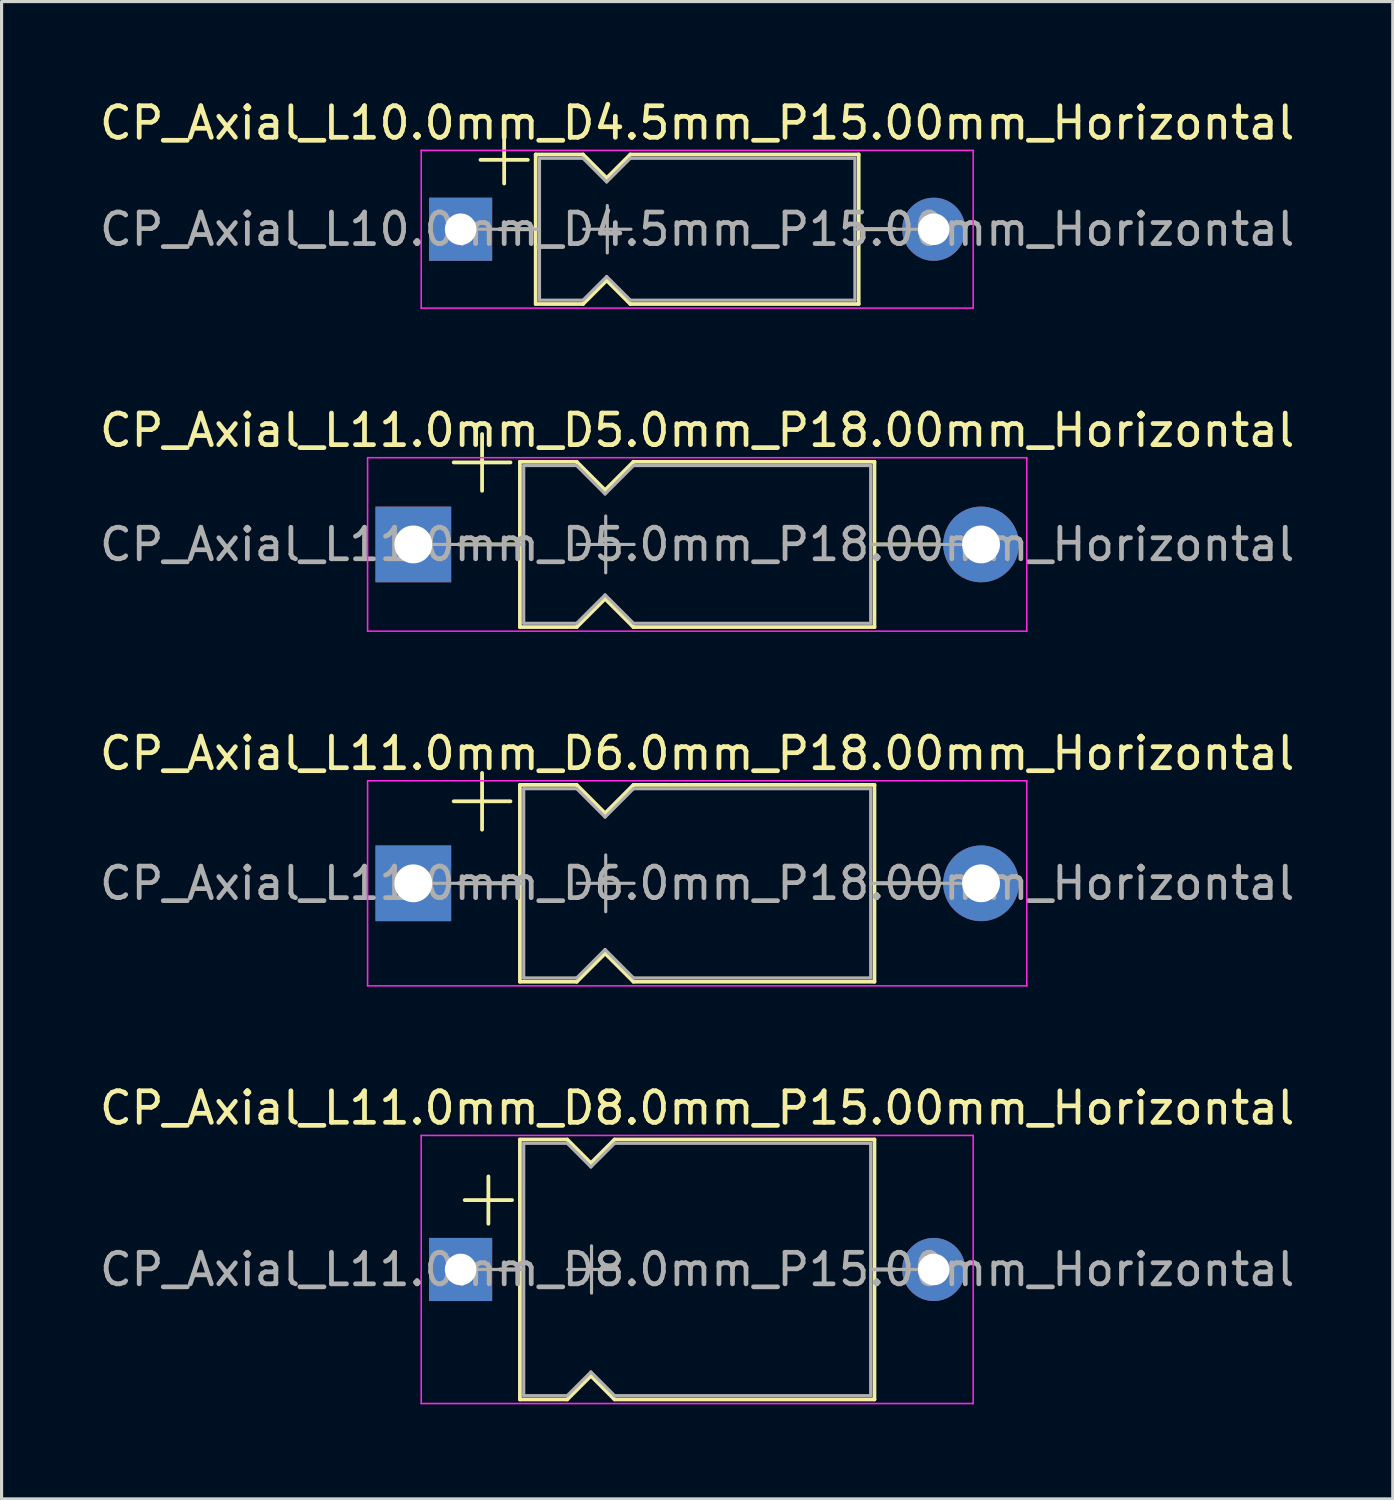
<source format=kicad_pcb>
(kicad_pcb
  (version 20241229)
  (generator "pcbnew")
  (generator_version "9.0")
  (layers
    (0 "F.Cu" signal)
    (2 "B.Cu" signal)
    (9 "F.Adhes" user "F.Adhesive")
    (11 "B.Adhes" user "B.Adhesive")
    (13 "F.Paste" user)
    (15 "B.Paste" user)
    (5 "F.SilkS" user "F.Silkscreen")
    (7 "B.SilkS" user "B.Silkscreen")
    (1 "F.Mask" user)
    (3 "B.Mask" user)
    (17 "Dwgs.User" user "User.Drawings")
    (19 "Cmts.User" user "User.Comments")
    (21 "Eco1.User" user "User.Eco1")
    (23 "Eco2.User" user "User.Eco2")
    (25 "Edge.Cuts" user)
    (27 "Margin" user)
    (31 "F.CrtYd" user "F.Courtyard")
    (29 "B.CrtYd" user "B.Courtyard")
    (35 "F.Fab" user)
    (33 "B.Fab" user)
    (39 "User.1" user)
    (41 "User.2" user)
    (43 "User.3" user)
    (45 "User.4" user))
  (footprint "CP_Axial_L11.0mm_D6.0mm_P18.00mm_Horizontal"
    (layer "F.Cu")
    (at 10.054 24.955)
    (property "Reference" "CP_Axial_L11.0mm_D6.0mm_P18.00mm_Horizontal" (at 9 -4.12 0) (layer "F.SilkS") (effects (font (size 1 1) (thickness 0.15))))
    (attr through_hole)
    (fp_line (start 1.28 -2.6) (end 3.08 -2.6) (stroke (width 0.12) (type solid)) (layer "F.SilkS"))
    (fp_line (start 1.44 0) (end 3.38 0) (stroke (width 0.12) (type solid)) (layer "F.SilkS"))
    (fp_line (start 2.18 -3.5) (end 2.18 -1.7) (stroke (width 0.12) (type solid)) (layer "F.SilkS"))
    (fp_line (start 3.38 -3.12) (end 3.38 3.12) (stroke (width 0.12) (type solid)) (layer "F.SilkS"))
    (fp_line (start 3.38 -3.12) (end 5.18 -3.12) (stroke (width 0.12) (type solid)) (layer "F.SilkS"))
    (fp_line (start 3.38 3.12) (end 5.18 3.12) (stroke (width 0.12) (type solid)) (layer "F.SilkS"))
    (fp_line (start 5.18 -3.12) (end 6.08 -2.22) (stroke (width 0.12) (type solid)) (layer "F.SilkS"))
    (fp_line (start 5.18 3.12) (end 6.08 2.22) (stroke (width 0.12) (type solid)) (layer "F.SilkS"))
    (fp_line (start 6.08 -2.22) (end 6.98 -3.12) (stroke (width 0.12) (type solid)) (layer "F.SilkS"))
    (fp_line (start 6.08 2.22) (end 6.98 3.12) (stroke (width 0.12) (type solid)) (layer "F.SilkS"))
    (fp_line (start 6.98 -3.12) (end 14.62 -3.12) (stroke (width 0.12) (type solid)) (layer "F.SilkS"))
    (fp_line (start 6.98 3.12) (end 14.62 3.12) (stroke (width 0.12) (type solid)) (layer "F.SilkS"))
    (fp_line (start 14.62 -3.12) (end 14.62 3.12) (stroke (width 0.12) (type solid)) (layer "F.SilkS"))
    (fp_line (start 16.56 0) (end 14.62 0) (stroke (width 0.12) (type solid)) (layer "F.SilkS"))
    (fp_line (start -1.45 -3.25) (end -1.45 3.25) (stroke (width 0.05) (type solid)) (layer "F.CrtYd"))
    (fp_line (start -1.45 3.25) (end 19.45 3.25) (stroke (width 0.05) (type solid)) (layer "F.CrtYd"))
    (fp_line (start 19.45 -3.25) (end -1.45 -3.25) (stroke (width 0.05) (type solid)) (layer "F.CrtYd"))
    (fp_line (start 19.45 3.25) (end 19.45 -3.25) (stroke (width 0.05) (type solid)) (layer "F.CrtYd"))
    (fp_line (start 0 0) (end 3.5 0) (stroke (width 0.1) (type solid)) (layer "F.Fab"))
    (fp_line (start 3.5 -3) (end 3.5 3) (stroke (width 0.1) (type solid)) (layer "F.Fab"))
    (fp_line (start 3.5 -3) (end 5.18 -3) (stroke (width 0.1) (type solid)) (layer "F.Fab"))
    (fp_line (start 3.5 3) (end 5.18 3) (stroke (width 0.1) (type solid)) (layer "F.Fab"))
    (fp_line (start 5.18 -3) (end 6.08 -2.1) (stroke (width 0.1) (type solid)) (layer "F.Fab"))
    (fp_line (start 5.18 3) (end 6.08 2.1) (stroke (width 0.1) (type solid)) (layer "F.Fab"))
    (fp_line (start 5.2 0) (end 7 0) (stroke (width 0.1) (type solid)) (layer "F.Fab"))
    (fp_line (start 6.08 -2.1) (end 6.98 -3) (stroke (width 0.1) (type solid)) (layer "F.Fab"))
    (fp_line (start 6.08 2.1) (end 6.98 3) (stroke (width 0.1) (type solid)) (layer "F.Fab"))
    (fp_line (start 6.1 -0.9) (end 6.1 0.9) (stroke (width 0.1) (type solid)) (layer "F.Fab"))
    (fp_line (start 6.98 -3) (end 14.5 -3) (stroke (width 0.1) (type solid)) (layer "F.Fab"))
    (fp_line (start 6.98 3) (end 14.5 3) (stroke (width 0.1) (type solid)) (layer "F.Fab"))
    (fp_line (start 14.5 -3) (end 14.5 3) (stroke (width 0.1) (type solid)) (layer "F.Fab"))
    (fp_line (start 18 0) (end 14.5 0) (stroke (width 0.1) (type solid)) (layer "F.Fab"))
    (fp_text user "${REFERENCE}" (at 9 0 0) (layer "F.Fab") (effects (font (size 1 1) (thickness 0.15))))
    (pad "1" thru_hole rect (at 0 0) (size 2.4 2.4) (drill 1.2) (layers "*.Cu" "*.Mask"))
    (pad "2" thru_hole oval (at 18 0) (size 2.4 2.4) (drill 1.2) (layers "*.Cu" "*.Mask")))
  (footprint "CP_Axial_L11.0mm_D5.0mm_P18.00mm_Horizontal"
    (layer "F.Cu")
    (at 10.054 14.211)
    (property "Reference" "CP_Axial_L11.0mm_D5.0mm_P18.00mm_Horizontal" (at 9 -3.62 0) (layer "F.SilkS") (effects (font (size 1 1) (thickness 0.15))))
    (attr through_hole)
    (fp_line (start 1.28 -2.6) (end 3.08 -2.6) (stroke (width 0.12) (type solid)) (layer "F.SilkS"))
    (fp_line (start 1.44 0) (end 3.38 0) (stroke (width 0.12) (type solid)) (layer "F.SilkS"))
    (fp_line (start 2.18 -3.5) (end 2.18 -1.7) (stroke (width 0.12) (type solid)) (layer "F.SilkS"))
    (fp_line (start 3.38 -2.62) (end 3.38 2.62) (stroke (width 0.12) (type solid)) (layer "F.SilkS"))
    (fp_line (start 3.38 -2.62) (end 5.18 -2.62) (stroke (width 0.12) (type solid)) (layer "F.SilkS"))
    (fp_line (start 3.38 2.62) (end 5.18 2.62) (stroke (width 0.12) (type solid)) (layer "F.SilkS"))
    (fp_line (start 5.18 -2.62) (end 6.08 -1.72) (stroke (width 0.12) (type solid)) (layer "F.SilkS"))
    (fp_line (start 5.18 2.62) (end 6.08 1.72) (stroke (width 0.12) (type solid)) (layer "F.SilkS"))
    (fp_line (start 6.08 -1.72) (end 6.98 -2.62) (stroke (width 0.12) (type solid)) (layer "F.SilkS"))
    (fp_line (start 6.08 1.72) (end 6.98 2.62) (stroke (width 0.12) (type solid)) (layer "F.SilkS"))
    (fp_line (start 6.98 -2.62) (end 14.62 -2.62) (stroke (width 0.12) (type solid)) (layer "F.SilkS"))
    (fp_line (start 6.98 2.62) (end 14.62 2.62) (stroke (width 0.12) (type solid)) (layer "F.SilkS"))
    (fp_line (start 14.62 -2.62) (end 14.62 2.62) (stroke (width 0.12) (type solid)) (layer "F.SilkS"))
    (fp_line (start 16.56 0) (end 14.62 0) (stroke (width 0.12) (type solid)) (layer "F.SilkS"))
    (fp_line (start -1.45 -2.75) (end -1.45 2.75) (stroke (width 0.05) (type solid)) (layer "F.CrtYd"))
    (fp_line (start -1.45 2.75) (end 19.45 2.75) (stroke (width 0.05) (type solid)) (layer "F.CrtYd"))
    (fp_line (start 19.45 -2.75) (end -1.45 -2.75) (stroke (width 0.05) (type solid)) (layer "F.CrtYd"))
    (fp_line (start 19.45 2.75) (end 19.45 -2.75) (stroke (width 0.05) (type solid)) (layer "F.CrtYd"))
    (fp_line (start 0 0) (end 3.5 0) (stroke (width 0.1) (type solid)) (layer "F.Fab"))
    (fp_line (start 3.5 -2.5) (end 3.5 2.5) (stroke (width 0.1) (type solid)) (layer "F.Fab"))
    (fp_line (start 3.5 -2.5) (end 5.18 -2.5) (stroke (width 0.1) (type solid)) (layer "F.Fab"))
    (fp_line (start 3.5 2.5) (end 5.18 2.5) (stroke (width 0.1) (type solid)) (layer "F.Fab"))
    (fp_line (start 5.18 -2.5) (end 6.08 -1.6) (stroke (width 0.1) (type solid)) (layer "F.Fab"))
    (fp_line (start 5.18 2.5) (end 6.08 1.6) (stroke (width 0.1) (type solid)) (layer "F.Fab"))
    (fp_line (start 5.2 0) (end 7 0) (stroke (width 0.1) (type solid)) (layer "F.Fab"))
    (fp_line (start 6.08 -1.6) (end 6.98 -2.5) (stroke (width 0.1) (type solid)) (layer "F.Fab"))
    (fp_line (start 6.08 1.6) (end 6.98 2.5) (stroke (width 0.1) (type solid)) (layer "F.Fab"))
    (fp_line (start 6.1 -0.9) (end 6.1 0.9) (stroke (width 0.1) (type solid)) (layer "F.Fab"))
    (fp_line (start 6.98 -2.5) (end 14.5 -2.5) (stroke (width 0.1) (type solid)) (layer "F.Fab"))
    (fp_line (start 6.98 2.5) (end 14.5 2.5) (stroke (width 0.1) (type solid)) (layer "F.Fab"))
    (fp_line (start 14.5 -2.5) (end 14.5 2.5) (stroke (width 0.1) (type solid)) (layer "F.Fab"))
    (fp_line (start 18 0) (end 14.5 0) (stroke (width 0.1) (type solid)) (layer "F.Fab"))
    (fp_text user "${REFERENCE}" (at 9 0 0) (layer "F.Fab") (effects (font (size 1 1) (thickness 0.15))))
    (pad "1" thru_hole rect (at 0 0) (size 2.4 2.4) (drill 1.2) (layers "*.Cu" "*.Mask"))
    (pad "2" thru_hole oval (at 18 0) (size 2.4 2.4) (drill 1.2) (layers "*.Cu" "*.Mask")))
  (footprint "CP_Axial_L11.0mm_D8.0mm_P15.00mm_Horizontal"
    (layer "F.Cu")
    (at 11.554 37.198)
    (property "Reference" "CP_Axial_L11.0mm_D8.0mm_P15.00mm_Horizontal" (at 7.5 -5.12 0) (layer "F.SilkS") (effects (font (size 1 1) (thickness 0.15))))
    (attr through_hole)
    (fp_line (start 0.13 -2.2) (end 1.63 -2.2) (stroke (width 0.12) (type solid)) (layer "F.SilkS"))
    (fp_line (start 0.88 -2.95) (end 0.88 -1.45) (stroke (width 0.12) (type solid)) (layer "F.SilkS"))
    (fp_line (start 1.24 0) (end 1.88 0) (stroke (width 0.12) (type solid)) (layer "F.SilkS"))
    (fp_line (start 1.88 -4.12) (end 1.88 4.12) (stroke (width 0.12) (type solid)) (layer "F.SilkS"))
    (fp_line (start 1.88 -4.12) (end 3.38 -4.12) (stroke (width 0.12) (type solid)) (layer "F.SilkS"))
    (fp_line (start 1.88 4.12) (end 3.38 4.12) (stroke (width 0.12) (type solid)) (layer "F.SilkS"))
    (fp_line (start 3.38 -4.12) (end 4.13 -3.37) (stroke (width 0.12) (type solid)) (layer "F.SilkS"))
    (fp_line (start 3.38 4.12) (end 4.13 3.37) (stroke (width 0.12) (type solid)) (layer "F.SilkS"))
    (fp_line (start 4.13 -3.37) (end 4.88 -4.12) (stroke (width 0.12) (type solid)) (layer "F.SilkS"))
    (fp_line (start 4.13 3.37) (end 4.88 4.12) (stroke (width 0.12) (type solid)) (layer "F.SilkS"))
    (fp_line (start 4.88 -4.12) (end 13.12 -4.12) (stroke (width 0.12) (type solid)) (layer "F.SilkS"))
    (fp_line (start 4.88 4.12) (end 13.12 4.12) (stroke (width 0.12) (type solid)) (layer "F.SilkS"))
    (fp_line (start 13.12 -4.12) (end 13.12 4.12) (stroke (width 0.12) (type solid)) (layer "F.SilkS"))
    (fp_line (start 13.76 0) (end 13.12 0) (stroke (width 0.12) (type solid)) (layer "F.SilkS"))
    (fp_line (start -1.25 -4.25) (end -1.25 4.25) (stroke (width 0.05) (type solid)) (layer "F.CrtYd"))
    (fp_line (start -1.25 4.25) (end 16.25 4.25) (stroke (width 0.05) (type solid)) (layer "F.CrtYd"))
    (fp_line (start 16.25 -4.25) (end -1.25 -4.25) (stroke (width 0.05) (type solid)) (layer "F.CrtYd"))
    (fp_line (start 16.25 4.25) (end 16.25 -4.25) (stroke (width 0.05) (type solid)) (layer "F.CrtYd"))
    (fp_line (start 0 0) (end 2 0) (stroke (width 0.1) (type solid)) (layer "F.Fab"))
    (fp_line (start 2 -4) (end 2 4) (stroke (width 0.1) (type solid)) (layer "F.Fab"))
    (fp_line (start 2 -4) (end 3.38 -4) (stroke (width 0.1) (type solid)) (layer "F.Fab"))
    (fp_line (start 2 4) (end 3.38 4) (stroke (width 0.1) (type solid)) (layer "F.Fab"))
    (fp_line (start 3.38 -4) (end 4.13 -3.25) (stroke (width 0.1) (type solid)) (layer "F.Fab"))
    (fp_line (start 3.38 4) (end 4.13 3.25) (stroke (width 0.1) (type solid)) (layer "F.Fab"))
    (fp_line (start 3.4 0) (end 4.9 0) (stroke (width 0.1) (type solid)) (layer "F.Fab"))
    (fp_line (start 4.13 -3.25) (end 4.88 -4) (stroke (width 0.1) (type solid)) (layer "F.Fab"))
    (fp_line (start 4.13 3.25) (end 4.88 4) (stroke (width 0.1) (type solid)) (layer "F.Fab"))
    (fp_line (start 4.15 -0.75) (end 4.15 0.75) (stroke (width 0.1) (type solid)) (layer "F.Fab"))
    (fp_line (start 4.88 -4) (end 13 -4) (stroke (width 0.1) (type solid)) (layer "F.Fab"))
    (fp_line (start 4.88 4) (end 13 4) (stroke (width 0.1) (type solid)) (layer "F.Fab"))
    (fp_line (start 13 -4) (end 13 4) (stroke (width 0.1) (type solid)) (layer "F.Fab"))
    (fp_line (start 15 0) (end 13 0) (stroke (width 0.1) (type solid)) (layer "F.Fab"))
    (fp_text user "${REFERENCE}" (at 7.5 0 0) (layer "F.Fab") (effects (font (size 1 1) (thickness 0.15))))
    (pad "1" thru_hole rect (at 0 0) (size 2 2) (drill 1) (layers "*.Cu" "*.Mask"))
    (pad "2" thru_hole oval (at 15 0) (size 2 2) (drill 1) (layers "*.Cu" "*.Mask")))
  (footprint "CP_Axial_L10.0mm_D4.5mm_P15.00mm_Horizontal"
    (layer "F.Cu")
    (at 11.554 4.218)
    (property "Reference" "CP_Axial_L10.0mm_D4.5mm_P15.00mm_Horizontal" (at 7.5 -3.37 0) (layer "F.SilkS") (effects (font (size 1 1) (thickness 0.15))))
    (attr through_hole)
    (fp_line (start 0.63 -2.2) (end 2.13 -2.2) (stroke (width 0.12) (type solid)) (layer "F.SilkS"))
    (fp_line (start 1.24 0) (end 2.38 0) (stroke (width 0.12) (type solid)) (layer "F.SilkS"))
    (fp_line (start 1.38 -2.95) (end 1.38 -1.45) (stroke (width 0.12) (type solid)) (layer "F.SilkS"))
    (fp_line (start 2.38 -2.37) (end 2.38 2.37) (stroke (width 0.12) (type solid)) (layer "F.SilkS"))
    (fp_line (start 2.38 -2.37) (end 3.88 -2.37) (stroke (width 0.12) (type solid)) (layer "F.SilkS"))
    (fp_line (start 2.38 2.37) (end 3.88 2.37) (stroke (width 0.12) (type solid)) (layer "F.SilkS"))
    (fp_line (start 3.88 -2.37) (end 4.63 -1.62) (stroke (width 0.12) (type solid)) (layer "F.SilkS"))
    (fp_line (start 3.88 2.37) (end 4.63 1.62) (stroke (width 0.12) (type solid)) (layer "F.SilkS"))
    (fp_line (start 4.63 -1.62) (end 5.38 -2.37) (stroke (width 0.12) (type solid)) (layer "F.SilkS"))
    (fp_line (start 4.63 1.62) (end 5.38 2.37) (stroke (width 0.12) (type solid)) (layer "F.SilkS"))
    (fp_line (start 5.38 -2.37) (end 12.62 -2.37) (stroke (width 0.12) (type solid)) (layer "F.SilkS"))
    (fp_line (start 5.38 2.37) (end 12.62 2.37) (stroke (width 0.12) (type solid)) (layer "F.SilkS"))
    (fp_line (start 12.62 -2.37) (end 12.62 2.37) (stroke (width 0.12) (type solid)) (layer "F.SilkS"))
    (fp_line (start 13.76 0) (end 12.62 0) (stroke (width 0.12) (type solid)) (layer "F.SilkS"))
    (fp_line (start -1.25 -2.5) (end -1.25 2.5) (stroke (width 0.05) (type solid)) (layer "F.CrtYd"))
    (fp_line (start -1.25 2.5) (end 16.25 2.5) (stroke (width 0.05) (type solid)) (layer "F.CrtYd"))
    (fp_line (start 16.25 -2.5) (end -1.25 -2.5) (stroke (width 0.05) (type solid)) (layer "F.CrtYd"))
    (fp_line (start 16.25 2.5) (end 16.25 -2.5) (stroke (width 0.05) (type solid)) (layer "F.CrtYd"))
    (fp_line (start 0 0) (end 2.5 0) (stroke (width 0.1) (type solid)) (layer "F.Fab"))
    (fp_line (start 2.5 -2.25) (end 2.5 2.25) (stroke (width 0.1) (type solid)) (layer "F.Fab"))
    (fp_line (start 2.5 -2.25) (end 3.88 -2.25) (stroke (width 0.1) (type solid)) (layer "F.Fab"))
    (fp_line (start 2.5 2.25) (end 3.88 2.25) (stroke (width 0.1) (type solid)) (layer "F.Fab"))
    (fp_line (start 3.88 -2.25) (end 4.63 -1.5) (stroke (width 0.1) (type solid)) (layer "F.Fab"))
    (fp_line (start 3.88 2.25) (end 4.63 1.5) (stroke (width 0.1) (type solid)) (layer "F.Fab"))
    (fp_line (start 3.9 0) (end 5.4 0) (stroke (width 0.1) (type solid)) (layer "F.Fab"))
    (fp_line (start 4.63 -1.5) (end 5.38 -2.25) (stroke (width 0.1) (type solid)) (layer "F.Fab"))
    (fp_line (start 4.63 1.5) (end 5.38 2.25) (stroke (width 0.1) (type solid)) (layer "F.Fab"))
    (fp_line (start 4.65 -0.75) (end 4.65 0.75) (stroke (width 0.1) (type solid)) (layer "F.Fab"))
    (fp_line (start 5.38 -2.25) (end 12.5 -2.25) (stroke (width 0.1) (type solid)) (layer "F.Fab"))
    (fp_line (start 5.38 2.25) (end 12.5 2.25) (stroke (width 0.1) (type solid)) (layer "F.Fab"))
    (fp_line (start 12.5 -2.25) (end 12.5 2.25) (stroke (width 0.1) (type solid)) (layer "F.Fab"))
    (fp_line (start 15 0) (end 12.5 0) (stroke (width 0.1) (type solid)) (layer "F.Fab"))
    (fp_text user "${REFERENCE}" (at 7.5 0 0) (layer "F.Fab") (effects (font (size 1 1) (thickness 0.15))))
    (pad "1" thru_hole rect (at 0 0) (size 2 2) (drill 1) (layers "*.Cu" "*.Mask"))
    (pad "2" thru_hole oval (at 15 0) (size 2 2) (drill 1) (layers "*.Cu" "*.Mask")))
  (gr_rect
    (start -3 -3)
    (end 41.107 44.473)
    (stroke (width 0.1) (type default))
    (fill no)
    (layer "Edge.Cuts")))
</source>
